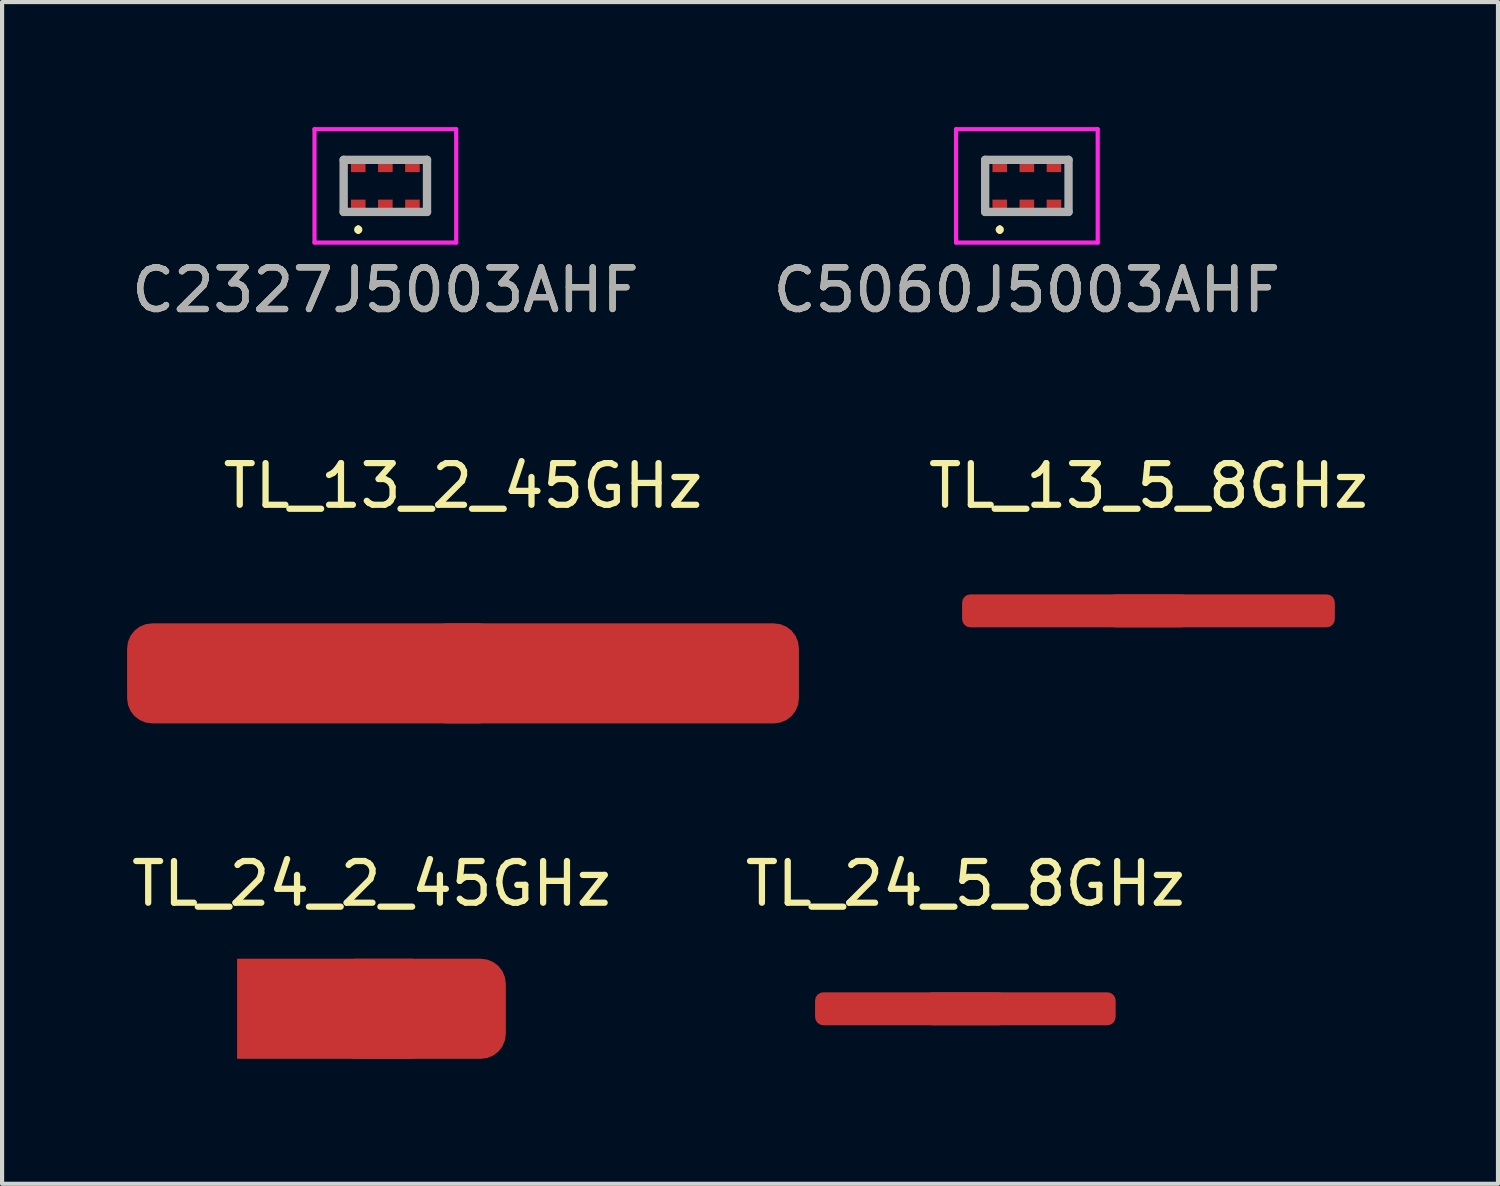
<source format=kicad_pcb>
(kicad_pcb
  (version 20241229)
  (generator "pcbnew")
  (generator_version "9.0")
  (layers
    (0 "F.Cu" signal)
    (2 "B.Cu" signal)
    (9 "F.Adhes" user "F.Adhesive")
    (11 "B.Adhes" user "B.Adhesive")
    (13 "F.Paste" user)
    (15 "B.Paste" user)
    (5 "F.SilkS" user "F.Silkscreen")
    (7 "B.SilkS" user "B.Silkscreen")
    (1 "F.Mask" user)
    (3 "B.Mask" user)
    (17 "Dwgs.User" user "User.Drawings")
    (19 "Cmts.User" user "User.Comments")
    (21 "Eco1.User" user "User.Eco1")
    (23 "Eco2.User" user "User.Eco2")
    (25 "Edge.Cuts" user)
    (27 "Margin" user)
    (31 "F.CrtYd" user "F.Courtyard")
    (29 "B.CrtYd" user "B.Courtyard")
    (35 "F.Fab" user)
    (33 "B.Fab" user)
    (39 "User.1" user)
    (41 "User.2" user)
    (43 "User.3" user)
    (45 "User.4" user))
  (footprint "TL_13_2_45GHz"
    (layer "F.Cu")
    (at 8.06 13.107)
    (property "Reference" "TL_13_2_45GHz" (at 0 -4.5 0) (layer "F.SilkS") (effects (font (size 1 1) (thickness 0.15))))
    (attr through_hole)
    (pad "1" smd roundrect (at -3.53 0) (size 9.06 2.4) (layers "F.Cu" "F.Mask") (roundrect_rratio 0.25))
    (pad "2" smd roundrect (at 3.53 0) (size 9.06 2.4) (layers "F.Cu" "F.Mask") (roundrect_rratio 0.25)))
  (footprint "TL_13_5_8GHz"
    (layer "F.Cu")
    (at 24.507 11.607)
    (property "Reference" "TL_13_5_8GHz" (at 0 -3 0) (layer "F.SilkS") (effects (font (size 1 1) (thickness 0.15))))
    (attr through_hole)
    (pad "1" smd roundrect (at -1.736 0) (size 5.472 0.79) (layers "F.Cu") (roundrect_rratio 0.25))
    (pad "2" smd roundrect (at 1.736 0) (size 5.472 0.79) (layers "F.Cu") (roundrect_rratio 0.25)))
  (footprint "C2327J5003AHF"
    (layer "F.Cu")
    (at 6.196 1.41)
    (property "Reference" "C2327J5003AHF" (at 0 2.5 0) (layer "F.SilkS") (effects (font (size 1 1) (thickness 0.15))))
    (attr smd)
    (fp_line (start -1 0.625) (end -1 -0.625) (stroke (width 0.1) (type solid)) (layer "F.SilkS"))
    (fp_line (start -0.65 1) (end -0.65 1) (stroke (width 0.1) (type solid)) (layer "F.SilkS"))
    (fp_line (start -0.65 1.1) (end -0.65 1.1) (stroke (width 0.1) (type solid)) (layer "F.SilkS"))
    (fp_line (start 1 0.625) (end 1 -0.625) (stroke (width 0.1) (type solid)) (layer "F.SilkS"))
    (fp_arc (start -0.65 1) (mid -0.6 1.05) (end -0.65 1.1) (stroke (width 0.1) (type solid)) (layer "F.SilkS"))
    (fp_arc (start -0.65 1.1) (mid -0.7 1.05) (end -0.65 1) (stroke (width 0.1) (type solid)) (layer "F.SilkS"))
    (fp_line (start -1.7 -1.36) (end 1.7 -1.36) (stroke (width 0.1) (type solid)) (layer "F.CrtYd"))
    (fp_line (start -1.7 1.36) (end -1.7 -1.36) (stroke (width 0.1) (type solid)) (layer "F.CrtYd"))
    (fp_line (start 1.7 -1.36) (end 1.7 1.36) (stroke (width 0.1) (type solid)) (layer "F.CrtYd"))
    (fp_line (start 1.7 1.36) (end -1.7 1.36) (stroke (width 0.1) (type solid)) (layer "F.CrtYd"))
    (fp_line (start -1 -0.625) (end 1 -0.625) (stroke (width 0.2) (type solid)) (layer "F.Fab"))
    (fp_line (start -1 0.625) (end -1 -0.625) (stroke (width 0.2) (type solid)) (layer "F.Fab"))
    (fp_line (start 1 -0.625) (end 1 0.625) (stroke (width 0.2) (type solid)) (layer "F.Fab"))
    (fp_line (start 1 0.625) (end -1 0.625) (stroke (width 0.2) (type solid)) (layer "F.Fab"))
    (fp_text user "${REFERENCE}" (at 0 2.5 0) (layer "F.Fab") (effects (font (size 1 1) (thickness 0.15))))
    (pad "1" smd rect (at -0.65 0.495 90) (size 0.33 0.35) (layers "F.Cu" "F.Mask" "F.Paste"))
    (pad "2" smd rect (at 0 0.495 90) (size 0.33 0.35) (layers "F.Cu" "F.Mask" "F.Paste"))
    (pad "3" smd rect (at 0.65 0.495 90) (size 0.33 0.35) (layers "F.Cu" "F.Mask" "F.Paste"))
    (pad "4" smd rect (at 0.65 -0.495 90) (size 0.33 0.35) (layers "F.Cu" "F.Mask" "F.Paste"))
    (pad "5" smd rect (at 0 -0.495 90) (size 0.33 0.35) (layers "F.Cu" "F.Mask" "F.Paste"))
    (pad "6" smd rect (at -0.65 -0.495 90) (size 0.33 0.35) (layers "F.Cu" "F.Mask" "F.Paste")))
  (footprint "TL_24_5_8GHz"
    (layer "F.Cu")
    (at 20.113 21.155)
    (property "Reference" "TL_24_5_8GHz" (at 0 -3 0) (layer "F.SilkS") (effects (font (size 1 1) (thickness 0.15))))
    (attr through_hole)
    (pad "1" smd roundrect (at -1.303 0) (size 4.606 0.79) (layers "F.Cu") (roundrect_rratio 0.25))
    (pad "2" smd roundrect (at 1.303 0) (size 4.606 0.79) (layers "F.Cu") (roundrect_rratio 0.25)))
  (footprint "C5060J5003AHF"
    (layer "F.Cu")
    (at 21.589 1.41)
    (property "Reference" "C5060J5003AHF" (at 0 2.5 0) (layer "F.SilkS") (effects (font (size 1 1) (thickness 0.15))))
    (attr smd)
    (fp_line (start -1 0.625) (end -1 -0.625) (stroke (width 0.1) (type solid)) (layer "F.SilkS"))
    (fp_line (start -0.65 1) (end -0.65 1) (stroke (width 0.1) (type solid)) (layer "F.SilkS"))
    (fp_line (start -0.65 1.1) (end -0.65 1.1) (stroke (width 0.1) (type solid)) (layer "F.SilkS"))
    (fp_line (start 1 0.625) (end 1 -0.625) (stroke (width 0.1) (type solid)) (layer "F.SilkS"))
    (fp_arc (start -0.65 1) (mid -0.6 1.05) (end -0.65 1.1) (stroke (width 0.1) (type solid)) (layer "F.SilkS"))
    (fp_arc (start -0.65 1.1) (mid -0.7 1.05) (end -0.65 1) (stroke (width 0.1) (type solid)) (layer "F.SilkS"))
    (fp_line (start -1.7 -1.36) (end 1.7 -1.36) (stroke (width 0.1) (type solid)) (layer "F.CrtYd"))
    (fp_line (start -1.7 1.36) (end -1.7 -1.36) (stroke (width 0.1) (type solid)) (layer "F.CrtYd"))
    (fp_line (start 1.7 -1.36) (end 1.7 1.36) (stroke (width 0.1) (type solid)) (layer "F.CrtYd"))
    (fp_line (start 1.7 1.36) (end -1.7 1.36) (stroke (width 0.1) (type solid)) (layer "F.CrtYd"))
    (fp_line (start -1 -0.625) (end 1 -0.625) (stroke (width 0.2) (type solid)) (layer "F.Fab"))
    (fp_line (start -1 0.625) (end -1 -0.625) (stroke (width 0.2) (type solid)) (layer "F.Fab"))
    (fp_line (start 1 -0.625) (end 1 0.625) (stroke (width 0.2) (type solid)) (layer "F.Fab"))
    (fp_line (start 1 0.625) (end -1 0.625) (stroke (width 0.2) (type solid)) (layer "F.Fab"))
    (fp_text user "${REFERENCE}" (at 0 2.5 0) (layer "F.Fab") (effects (font (size 1 1) (thickness 0.15))))
    (pad "1" smd rect (at -0.65 0.495 90) (size 0.33 0.35) (layers "F.Cu" "F.Mask" "F.Paste"))
    (pad "2" smd rect (at 0 0.495 90) (size 0.33 0.35) (layers "F.Cu" "F.Mask" "F.Paste"))
    (pad "3" smd rect (at 0.65 0.495 90) (size 0.33 0.35) (layers "F.Cu" "F.Mask" "F.Paste"))
    (pad "4" smd rect (at 0.65 -0.495 90) (size 0.33 0.35) (layers "F.Cu" "F.Mask" "F.Paste"))
    (pad "5" smd rect (at 0 -0.495 90) (size 0.33 0.35) (layers "F.Cu" "F.Mask" "F.Paste"))
    (pad "6" smd rect (at -0.65 -0.495 90) (size 0.33 0.35) (layers "F.Cu" "F.Mask" "F.Paste")))
  (footprint "TL_24_2_45GHz"
    (layer "F.Cu")
    (at 5.863 21.155)
    (property "Reference" "TL_24_2_45GHz" (at 0 -3 0) (layer "F.SilkS") (effects (font (size 1 1) (thickness 0.15))))
    (attr through_hole)
    (pad "1" smd rect (at -1.112 0) (size 4.224 2.401) (layers "F.Cu"))
    (pad "2" smd roundrect (at 1.112 0) (size 4.224 2.401) (layers "F.Cu") (roundrect_rratio 0.25)))
  (gr_rect
    (start -3 -3)
    (end 32.894 25.355)
    (stroke (width 0.1) (type default))
    (fill no)
    (layer "Edge.Cuts")))
</source>
